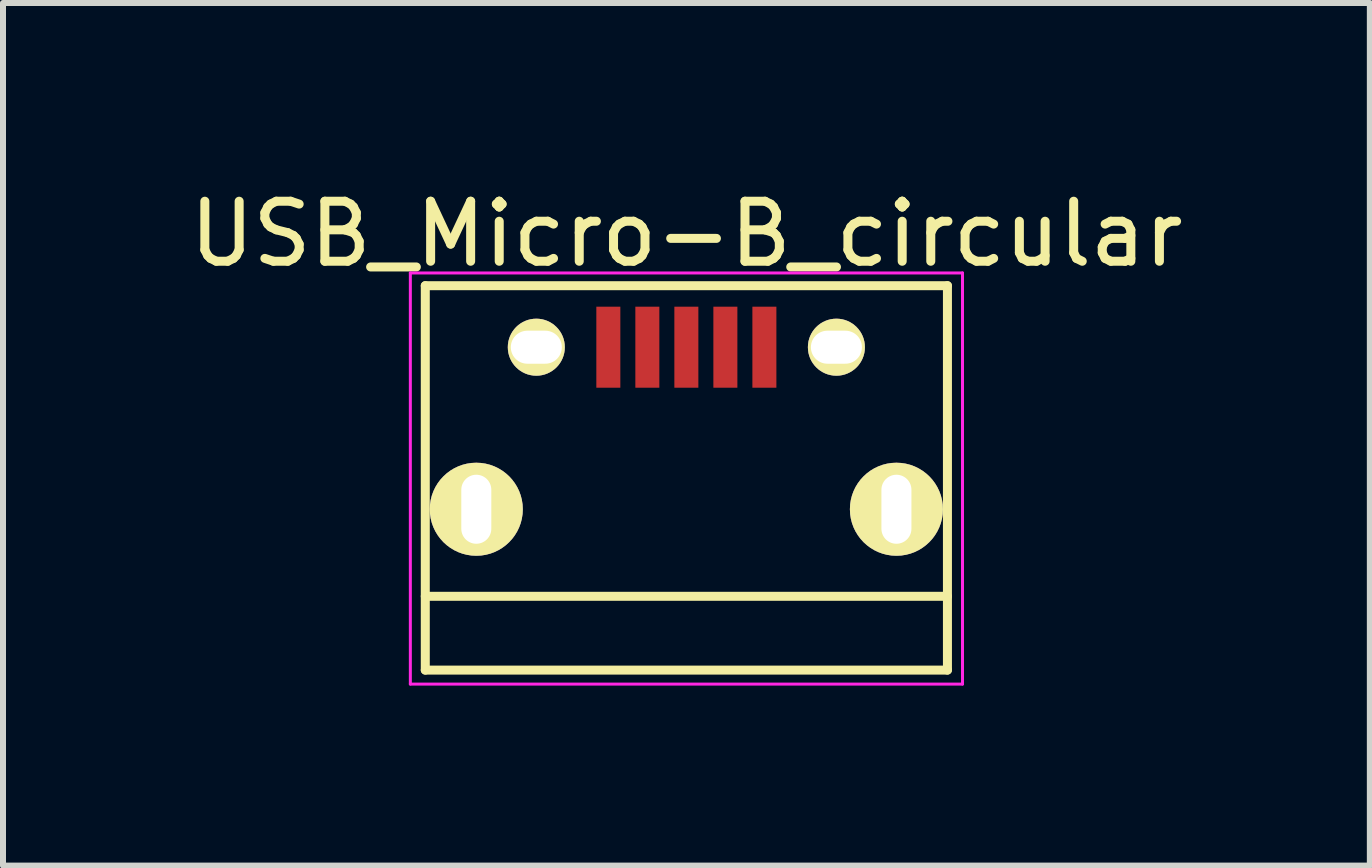
<source format=kicad_pcb>
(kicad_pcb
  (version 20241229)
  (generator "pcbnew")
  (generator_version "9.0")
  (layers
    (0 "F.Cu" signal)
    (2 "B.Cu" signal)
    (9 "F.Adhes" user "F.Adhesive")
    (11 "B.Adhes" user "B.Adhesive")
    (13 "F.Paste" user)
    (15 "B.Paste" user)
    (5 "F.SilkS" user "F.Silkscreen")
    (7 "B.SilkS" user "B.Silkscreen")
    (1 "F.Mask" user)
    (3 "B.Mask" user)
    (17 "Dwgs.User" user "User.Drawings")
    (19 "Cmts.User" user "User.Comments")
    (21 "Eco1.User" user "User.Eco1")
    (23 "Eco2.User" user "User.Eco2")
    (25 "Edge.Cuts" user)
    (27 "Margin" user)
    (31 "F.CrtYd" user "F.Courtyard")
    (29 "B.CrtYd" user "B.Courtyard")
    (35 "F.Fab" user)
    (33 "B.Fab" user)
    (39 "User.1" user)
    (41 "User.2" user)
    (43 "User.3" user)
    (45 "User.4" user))
  (footprint "USB_Micro-B_circular"
    (layer "F.Cu")
    (at 8.387 4.298)
    (property "Reference" "USB_Micro-B_circular" (at 0 -3.45 0) (layer "F.SilkS") (effects (font (size 1 1) (thickness 0.15))))
    (attr smd)
    (fp_line (start -4.351 -2.588) (end 4.349 -2.588) (stroke (width 0.15) (type solid)) (layer "F.SilkS"))
    (fp_line (start -4.351 3.817) (end -4.351 -2.588) (stroke (width 0.15) (type solid)) (layer "F.SilkS"))
    (fp_line (start -4.351 3.817) (end 4.349 3.817) (stroke (width 0.15) (type solid)) (layer "F.SilkS"))
    (fp_line (start 4.349 -2.588) (end 4.349 3.817) (stroke (width 0.15) (type solid)) (layer "F.SilkS"))
    (fp_line (start 4.349 2.587) (end -4.351 2.587) (stroke (width 0.15) (type solid)) (layer "F.SilkS"))
    (fp_line (start -4.6 -2.8) (end 4.6 -2.8) (stroke (width 0.05) (type solid)) (layer "F.CrtYd"))
    (fp_line (start -4.6 4.05) (end -4.6 -2.8) (stroke (width 0.05) (type solid)) (layer "F.CrtYd"))
    (fp_line (start 4.6 -2.8) (end 4.6 4.05) (stroke (width 0.05) (type solid)) (layer "F.CrtYd"))
    (fp_line (start 4.6 4.05) (end -4.6 4.05) (stroke (width 0.05) (type solid)) (layer "F.CrtYd"))
    (pad "1" smd rect (at -1.301 -1.563 90) (size 1.35 0.4) (layers "F.Cu" "F.Mask" "F.Paste"))
    (pad "2" smd rect (at -0.651 -1.563 90) (size 1.35 0.4) (layers "F.Cu" "F.Mask" "F.Paste"))
    (pad "3" smd rect (at -0.001 -1.563 90) (size 1.35 0.4) (layers "F.Cu" "F.Mask" "F.Paste"))
    (pad "4" smd rect (at 0.649 -1.563 90) (size 1.35 0.4) (layers "F.Cu" "F.Mask" "F.Paste"))
    (pad "5" smd rect (at 1.299 -1.563 90) (size 1.35 0.4) (layers "F.Cu" "F.Mask" "F.Paste"))
    (pad "6" thru_hole circle (at -3.501 1.137 90) (size 1.55 1.55) (drill oval 1.15 0.5) (layers "*.Cu" "*.Mask" "F.SilkS"))
    (pad "6" thru_hole circle (at -2.501 -1.563 90) (size 0.95 0.95) (drill oval 0.55 0.85) (layers "*.Cu" "*.Mask" "F.SilkS"))
    (pad "6" thru_hole circle (at 2.499 -1.563 90) (size 0.95 0.95) (drill oval 0.55 0.85) (layers "*.Cu" "*.Mask" "F.SilkS"))
    (pad "6" thru_hole circle (at 3.499 1.137 90) (size 1.55 1.55) (drill oval 1.15 0.5) (layers "*.Cu" "*.Mask" "F.SilkS")))
  (gr_rect
    (start -3 -3)
    (end 19.774 11.373)
    (stroke (width 0.1) (type default))
    (fill no)
    (layer "Edge.Cuts")))
</source>
